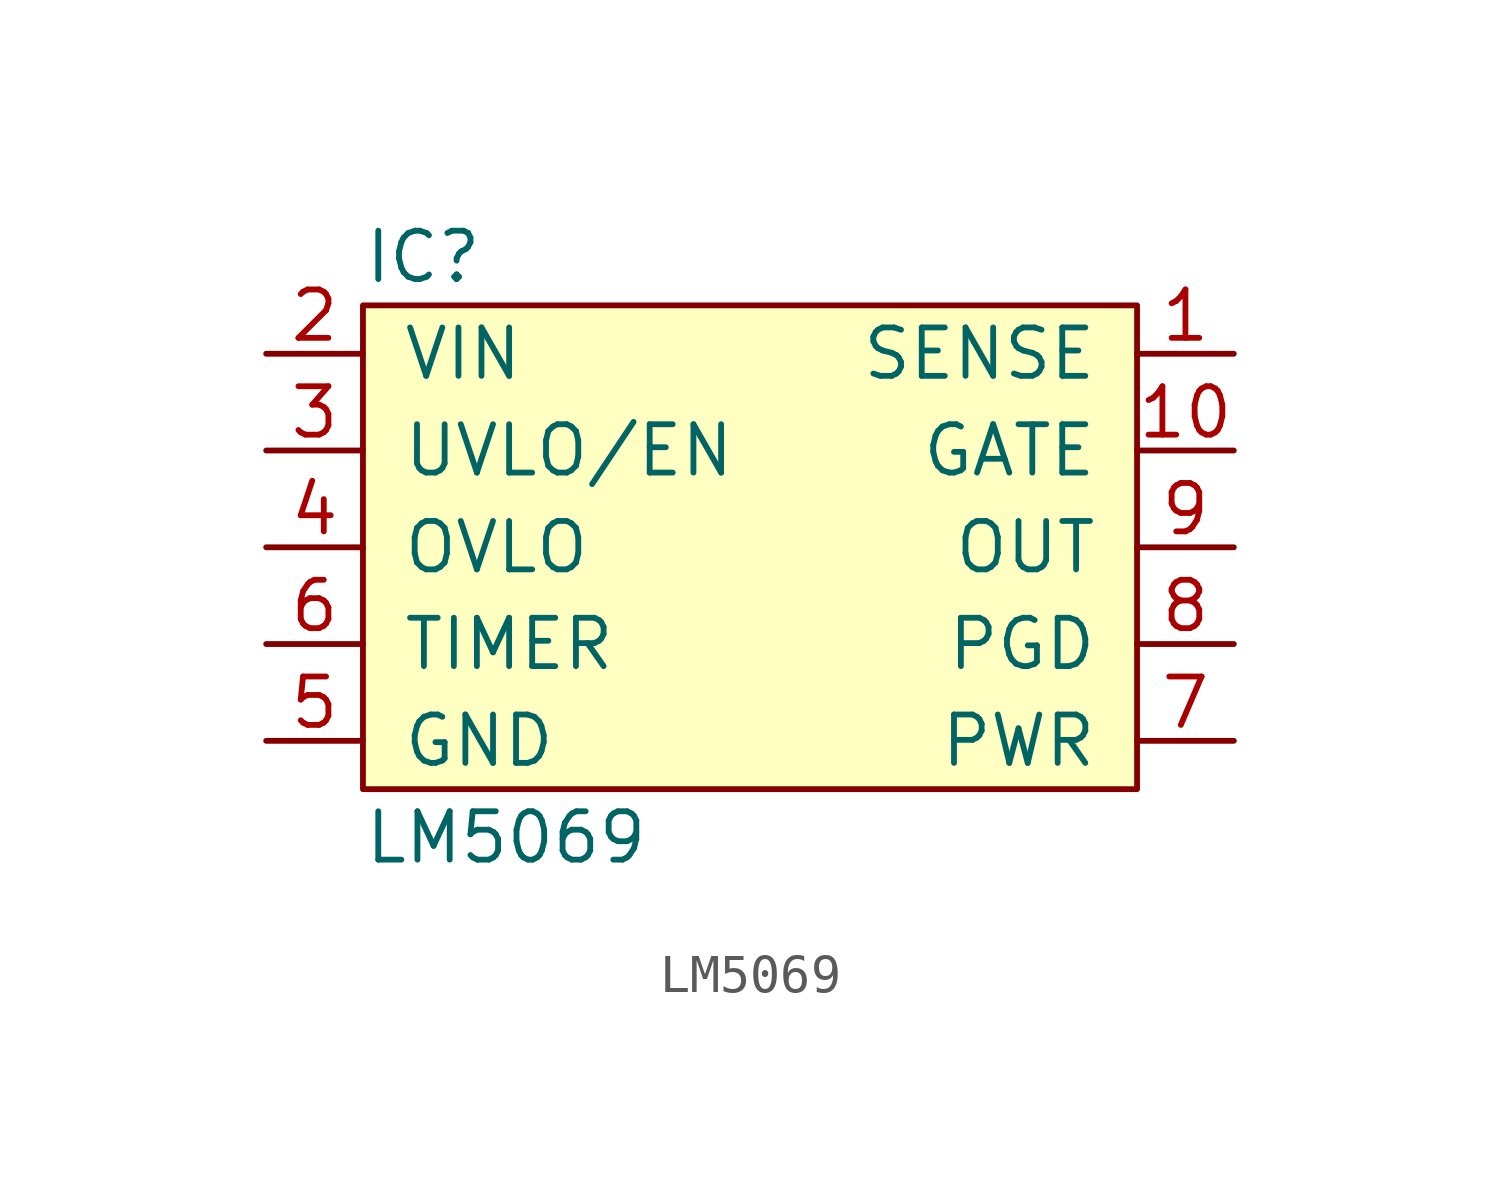
<source format=kicad_sym>
(kicad_symbol_lib
  (version 20211014)
  (generator agg_kicad.build_lib_ic)
  (symbol "LM5069"
    (pin_names
      (offset 1.016))
    (property Reference IC
      (at -10.16 7.62 0)
      (effects (font (size 1.27 1.27)) (justify left)))
    (property Value "LM5069"
      (at -10.16 -7.62 0)
      (effects (font (size 1.27 1.27)) (justify left)))
    (symbol "LM5069_0_0"
      (rectangle (start -10.16 6.35) (end 10.16 -6.35) (stroke (width 0) (type default) (color 0 0 0 0)) (fill (type background)))
      (pin power_in line (at -12.7 5.08 0) (length 2.54) (name VIN (effects (font (size 1.27 1.27)))) (number "2" (effects (font (size 1.27 1.27)))))
      (pin input line (at -12.7 2.54 0) (length 2.54) (name "UVLO/EN" (effects (font (size 1.27 1.27)))) (number "3" (effects (font (size 1.27 1.27)))))
      (pin input line (at -12.7 0 0) (length 2.54) (name OVLO (effects (font (size 1.27 1.27)))) (number "4" (effects (font (size 1.27 1.27)))))
      (pin passive line (at -12.7 -2.54 0) (length 2.54) (name TIMER (effects (font (size 1.27 1.27)))) (number "6" (effects (font (size 1.27 1.27)))))
      (pin power_in line (at -12.7 -5.08 0) (length 2.54) (name GND (effects (font (size 1.27 1.27)))) (number "5" (effects (font (size 1.27 1.27)))))
      (pin input line (at 12.7 5.08 180) (length 2.54) (name SENSE (effects (font (size 1.27 1.27)))) (number "1" (effects (font (size 1.27 1.27)))))
      (pin output line (at 12.7 2.54 180) (length 2.54) (name GATE (effects (font (size 1.27 1.27)))) (number "10" (effects (font (size 1.27 1.27)))))
      (pin input line (at 12.7 0 180) (length 2.54) (name OUT (effects (font (size 1.27 1.27)))) (number "9" (effects (font (size 1.27 1.27)))))
      (pin open_collector line (at 12.7 -2.54 180) (length 2.54) (name PGD (effects (font (size 1.27 1.27)))) (number "8" (effects (font (size 1.27 1.27)))))
      (pin passive line (at 12.7 -5.08 180) (length 2.54) (name PWR (effects (font (size 1.27 1.27)))) (number "7" (effects (font (size 1.27 1.27))))))))
</source>
